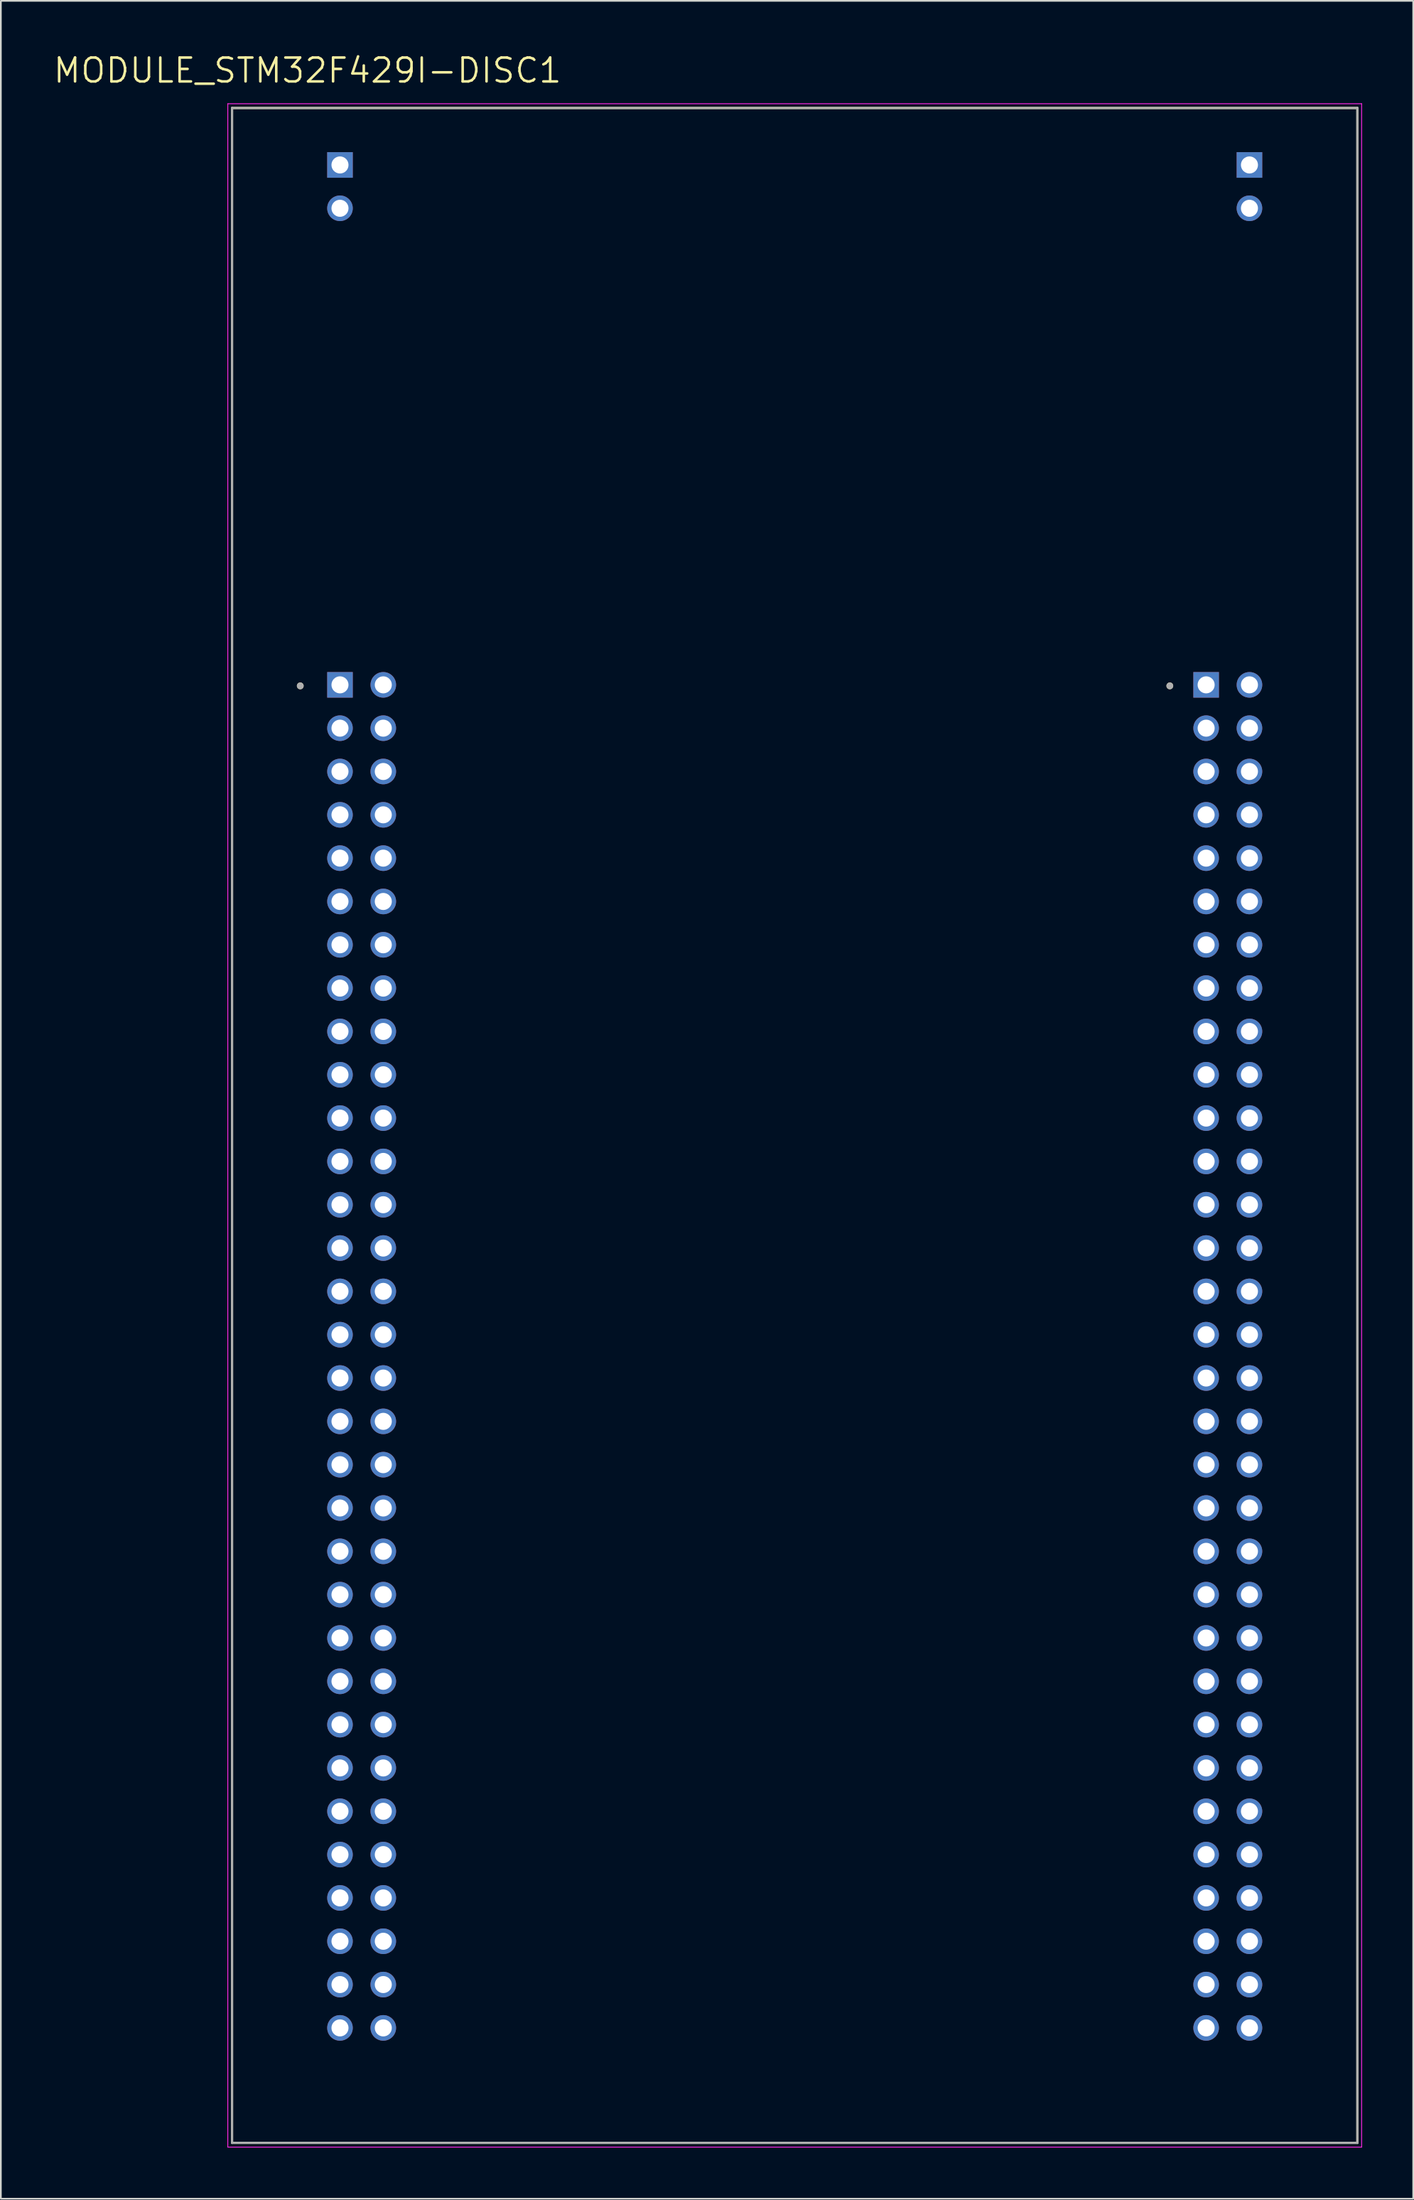
<source format=kicad_pcb>
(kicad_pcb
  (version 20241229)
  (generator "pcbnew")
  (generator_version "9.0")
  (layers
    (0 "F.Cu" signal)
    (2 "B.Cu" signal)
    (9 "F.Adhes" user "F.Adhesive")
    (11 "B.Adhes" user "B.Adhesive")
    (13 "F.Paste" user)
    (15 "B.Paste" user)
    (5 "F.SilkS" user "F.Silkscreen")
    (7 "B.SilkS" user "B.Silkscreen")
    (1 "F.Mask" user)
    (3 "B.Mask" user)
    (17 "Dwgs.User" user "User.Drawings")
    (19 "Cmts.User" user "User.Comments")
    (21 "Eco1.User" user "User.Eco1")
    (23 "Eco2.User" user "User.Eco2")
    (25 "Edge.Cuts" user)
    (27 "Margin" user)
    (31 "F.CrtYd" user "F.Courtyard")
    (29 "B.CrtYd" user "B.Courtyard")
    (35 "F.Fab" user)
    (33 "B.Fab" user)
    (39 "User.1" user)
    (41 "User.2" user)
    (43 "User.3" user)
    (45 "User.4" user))
  (footprint "MODULE_STM32F429I-DISC1"
    (layer "F.Cu")
    (at 43.56 62.931)
    (property "Reference" "MODULE_STM32F429I-DISC1" (at -28.575 -61.849 0) (layer "F.SilkS") (effects (font (size 1.4 1.4) (thickness 0.15))))
    (attr through_hole)
    (fp_line (start -33 -59.65) (end -33 59.65) (stroke (width 0.127) (type solid)) (layer "F.SilkS"))
    (fp_line (start -33 59.65) (end 33 59.65) (stroke (width 0.127) (type solid)) (layer "F.SilkS"))
    (fp_line (start 33 -59.65) (end -33 -59.65) (stroke (width 0.127) (type solid)) (layer "F.SilkS"))
    (fp_line (start 33 59.65) (end 33 -59.65) (stroke (width 0.127) (type solid)) (layer "F.SilkS"))
    (fp_circle (center -29 -25.77) (end -28.9 -25.77) (stroke (width 0.2) (type solid)) (fill no) (layer "F.SilkS"))
    (fp_circle (center 22 -25.77) (end 22.1 -25.77) (stroke (width 0.2) (type solid)) (fill no) (layer "F.SilkS"))
    (fp_line (start -33.25 -59.9) (end -33.25 59.9) (stroke (width 0.05) (type solid)) (layer "F.CrtYd"))
    (fp_line (start -33.25 59.9) (end 33.25 59.9) (stroke (width 0.05) (type solid)) (layer "F.CrtYd"))
    (fp_line (start 33.25 -59.9) (end -33.25 -59.9) (stroke (width 0.05) (type solid)) (layer "F.CrtYd"))
    (fp_line (start 33.25 59.9) (end 33.25 -59.9) (stroke (width 0.05) (type solid)) (layer "F.CrtYd"))
    (fp_line (start -33 -59.65) (end -33 59.65) (stroke (width 0.127) (type solid)) (layer "F.Fab"))
    (fp_line (start -33 59.65) (end 33 59.65) (stroke (width 0.127) (type solid)) (layer "F.Fab"))
    (fp_line (start 33 -59.65) (end -33 -59.65) (stroke (width 0.127) (type solid)) (layer "F.Fab"))
    (fp_line (start 33 59.65) (end 33 -59.65) (stroke (width 0.127) (type solid)) (layer "F.Fab"))
    (fp_circle (center -29 -25.77) (end -28.9 -25.77) (stroke (width 0.2) (type solid)) (fill no) (layer "F.Fab"))
    (fp_circle (center 22 -25.77) (end 22.1 -25.77) (stroke (width 0.2) (type solid)) (fill no) (layer "F.Fab"))
    (pad "JP1_1" thru_hole rect (at -26.67 -56.31) (size 1.5 1.5) (drill 1) (layers "*.Cu" "*.Mask"))
    (pad "JP1_2" thru_hole circle (at -26.67 -53.77) (size 1.5 1.5) (drill 1) (layers "*.Cu" "*.Mask"))
    (pad "JP2_1" thru_hole rect (at 26.67 -56.31) (size 1.5 1.5) (drill 1) (layers "*.Cu" "*.Mask"))
    (pad "JP2_2" thru_hole circle (at 26.67 -53.77) (size 1.5 1.5) (drill 1) (layers "*.Cu" "*.Mask"))
    (pad "P1_1" thru_hole rect (at -26.67 -25.83) (size 1.5 1.5) (drill 1) (layers "*.Cu" "*.Mask"))
    (pad "P1_2" thru_hole circle (at -24.13 -25.83) (size 1.5 1.5) (drill 1) (layers "*.Cu" "*.Mask"))
    (pad "P1_3" thru_hole circle (at -26.67 -23.29) (size 1.5 1.5) (drill 1) (layers "*.Cu" "*.Mask"))
    (pad "P1_4" thru_hole circle (at -24.13 -23.29) (size 1.5 1.5) (drill 1) (layers "*.Cu" "*.Mask"))
    (pad "P1_5" thru_hole circle (at -26.67 -20.75) (size 1.5 1.5) (drill 1) (layers "*.Cu" "*.Mask"))
    (pad "P1_6" thru_hole circle (at -24.13 -20.75) (size 1.5 1.5) (drill 1) (layers "*.Cu" "*.Mask"))
    (pad "P1_7" thru_hole circle (at -26.67 -18.21) (size 1.5 1.5) (drill 1) (layers "*.Cu" "*.Mask"))
    (pad "P1_8" thru_hole circle (at -24.13 -18.21) (size 1.5 1.5) (drill 1) (layers "*.Cu" "*.Mask"))
    (pad "P1_9" thru_hole circle (at -26.67 -15.67) (size 1.5 1.5) (drill 1) (layers "*.Cu" "*.Mask"))
    (pad "P1_10" thru_hole circle (at -24.13 -15.67) (size 1.5 1.5) (drill 1) (layers "*.Cu" "*.Mask"))
    (pad "P1_11" thru_hole circle (at -26.67 -13.13) (size 1.5 1.5) (drill 1) (layers "*.Cu" "*.Mask"))
    (pad "P1_12" thru_hole circle (at -24.13 -13.13) (size 1.5 1.5) (drill 1) (layers "*.Cu" "*.Mask"))
    (pad "P1_13" thru_hole circle (at -26.67 -10.59) (size 1.5 1.5) (drill 1) (layers "*.Cu" "*.Mask"))
    (pad "P1_14" thru_hole circle (at -24.13 -10.59) (size 1.5 1.5) (drill 1) (layers "*.Cu" "*.Mask"))
    (pad "P1_15" thru_hole circle (at -26.67 -8.05) (size 1.5 1.5) (drill 1) (layers "*.Cu" "*.Mask"))
    (pad "P1_16" thru_hole circle (at -24.13 -8.05) (size 1.5 1.5) (drill 1) (layers "*.Cu" "*.Mask"))
    (pad "P1_17" thru_hole circle (at -26.67 -5.51) (size 1.5 1.5) (drill 1) (layers "*.Cu" "*.Mask"))
    (pad "P1_18" thru_hole circle (at -24.13 -5.51) (size 1.5 1.5) (drill 1) (layers "*.Cu" "*.Mask"))
    (pad "P1_19" thru_hole circle (at -26.67 -2.97) (size 1.5 1.5) (drill 1) (layers "*.Cu" "*.Mask"))
    (pad "P1_20" thru_hole circle (at -24.13 -2.97) (size 1.5 1.5) (drill 1) (layers "*.Cu" "*.Mask"))
    (pad "P1_21" thru_hole circle (at -26.67 -0.43) (size 1.5 1.5) (drill 1) (layers "*.Cu" "*.Mask"))
    (pad "P1_22" thru_hole circle (at -24.13 -0.43) (size 1.5 1.5) (drill 1) (layers "*.Cu" "*.Mask"))
    (pad "P1_23" thru_hole circle (at -26.67 2.11) (size 1.5 1.5) (drill 1) (layers "*.Cu" "*.Mask"))
    (pad "P1_24" thru_hole circle (at -24.13 2.11) (size 1.5 1.5) (drill 1) (layers "*.Cu" "*.Mask"))
    (pad "P1_25" thru_hole circle (at -26.67 4.65) (size 1.5 1.5) (drill 1) (layers "*.Cu" "*.Mask"))
    (pad "P1_26" thru_hole circle (at -24.13 4.65) (size 1.5 1.5) (drill 1) (layers "*.Cu" "*.Mask"))
    (pad "P1_27" thru_hole circle (at -26.67 7.19) (size 1.5 1.5) (drill 1) (layers "*.Cu" "*.Mask"))
    (pad "P1_28" thru_hole circle (at -24.13 7.19) (size 1.5 1.5) (drill 1) (layers "*.Cu" "*.Mask"))
    (pad "P1_29" thru_hole circle (at -26.67 9.73) (size 1.5 1.5) (drill 1) (layers "*.Cu" "*.Mask"))
    (pad "P1_30" thru_hole circle (at -24.13 9.73) (size 1.5 1.5) (drill 1) (layers "*.Cu" "*.Mask"))
    (pad "P1_31" thru_hole circle (at -26.67 12.27) (size 1.5 1.5) (drill 1) (layers "*.Cu" "*.Mask"))
    (pad "P1_32" thru_hole circle (at -24.13 12.27) (size 1.5 1.5) (drill 1) (layers "*.Cu" "*.Mask"))
    (pad "P1_33" thru_hole circle (at -26.67 14.81) (size 1.5 1.5) (drill 1) (layers "*.Cu" "*.Mask"))
    (pad "P1_34" thru_hole circle (at -24.13 14.81) (size 1.5 1.5) (drill 1) (layers "*.Cu" "*.Mask"))
    (pad "P1_35" thru_hole circle (at -26.67 17.35) (size 1.5 1.5) (drill 1) (layers "*.Cu" "*.Mask"))
    (pad "P1_36" thru_hole circle (at -24.13 17.35) (size 1.5 1.5) (drill 1) (layers "*.Cu" "*.Mask"))
    (pad "P1_37" thru_hole circle (at -26.67 19.89) (size 1.5 1.5) (drill 1) (layers "*.Cu" "*.Mask"))
    (pad "P1_38" thru_hole circle (at -24.13 19.89) (size 1.5 1.5) (drill 1) (layers "*.Cu" "*.Mask"))
    (pad "P1_39" thru_hole circle (at -26.67 22.43) (size 1.5 1.5) (drill 1) (layers "*.Cu" "*.Mask"))
    (pad "P1_40" thru_hole circle (at -24.13 22.43) (size 1.5 1.5) (drill 1) (layers "*.Cu" "*.Mask"))
    (pad "P1_41" thru_hole circle (at -26.67 24.97) (size 1.5 1.5) (drill 1) (layers "*.Cu" "*.Mask"))
    (pad "P1_42" thru_hole circle (at -24.13 24.97) (size 1.5 1.5) (drill 1) (layers "*.Cu" "*.Mask"))
    (pad "P1_43" thru_hole circle (at -26.67 27.51) (size 1.5 1.5) (drill 1) (layers "*.Cu" "*.Mask"))
    (pad "P1_44" thru_hole circle (at -24.13 27.51) (size 1.5 1.5) (drill 1) (layers "*.Cu" "*.Mask"))
    (pad "P1_45" thru_hole circle (at -26.67 30.05) (size 1.5 1.5) (drill 1) (layers "*.Cu" "*.Mask"))
    (pad "P1_46" thru_hole circle (at -24.13 30.05) (size 1.5 1.5) (drill 1) (layers "*.Cu" "*.Mask"))
    (pad "P1_47" thru_hole circle (at -26.67 32.59) (size 1.5 1.5) (drill 1) (layers "*.Cu" "*.Mask"))
    (pad "P1_48" thru_hole circle (at -24.13 32.59) (size 1.5 1.5) (drill 1) (layers "*.Cu" "*.Mask"))
    (pad "P1_49" thru_hole circle (at -26.67 35.13) (size 1.5 1.5) (drill 1) (layers "*.Cu" "*.Mask"))
    (pad "P1_50" thru_hole circle (at -24.13 35.13) (size 1.5 1.5) (drill 1) (layers "*.Cu" "*.Mask"))
    (pad "P1_51" thru_hole circle (at -26.67 37.67) (size 1.5 1.5) (drill 1) (layers "*.Cu" "*.Mask"))
    (pad "P1_52" thru_hole circle (at -24.13 37.67) (size 1.5 1.5) (drill 1) (layers "*.Cu" "*.Mask"))
    (pad "P1_53" thru_hole circle (at -26.67 40.21) (size 1.5 1.5) (drill 1) (layers "*.Cu" "*.Mask"))
    (pad "P1_54" thru_hole circle (at -24.13 40.21) (size 1.5 1.5) (drill 1) (layers "*.Cu" "*.Mask"))
    (pad "P1_55" thru_hole circle (at -26.67 42.75) (size 1.5 1.5) (drill 1) (layers "*.Cu" "*.Mask"))
    (pad "P1_56" thru_hole circle (at -24.13 42.75) (size 1.5 1.5) (drill 1) (layers "*.Cu" "*.Mask"))
    (pad "P1_57" thru_hole circle (at -26.67 45.29) (size 1.5 1.5) (drill 1) (layers "*.Cu" "*.Mask"))
    (pad "P1_58" thru_hole circle (at -24.13 45.29) (size 1.5 1.5) (drill 1) (layers "*.Cu" "*.Mask"))
    (pad "P1_59" thru_hole circle (at -26.67 47.83) (size 1.5 1.5) (drill 1) (layers "*.Cu" "*.Mask"))
    (pad "P1_60" thru_hole circle (at -24.13 47.83) (size 1.5 1.5) (drill 1) (layers "*.Cu" "*.Mask"))
    (pad "P1_61" thru_hole circle (at -26.67 50.37) (size 1.5 1.5) (drill 1) (layers "*.Cu" "*.Mask"))
    (pad "P1_62" thru_hole circle (at -24.13 50.37) (size 1.5 1.5) (drill 1) (layers "*.Cu" "*.Mask"))
    (pad "P1_63" thru_hole circle (at -26.67 52.91) (size 1.5 1.5) (drill 1) (layers "*.Cu" "*.Mask"))
    (pad "P1_64" thru_hole circle (at -24.13 52.91) (size 1.5 1.5) (drill 1) (layers "*.Cu" "*.Mask"))
    (pad "P2_1" thru_hole rect (at 24.13 -25.83) (size 1.5 1.5) (drill 1) (layers "*.Cu" "*.Mask"))
    (pad "P2_2" thru_hole circle (at 26.67 -25.83) (size 1.5 1.5) (drill 1) (layers "*.Cu" "*.Mask"))
    (pad "P2_3" thru_hole circle (at 24.13 -23.29) (size 1.5 1.5) (drill 1) (layers "*.Cu" "*.Mask"))
    (pad "P2_4" thru_hole circle (at 26.67 -23.29) (size 1.5 1.5) (drill 1) (layers "*.Cu" "*.Mask"))
    (pad "P2_5" thru_hole circle (at 24.13 -20.75) (size 1.5 1.5) (drill 1) (layers "*.Cu" "*.Mask"))
    (pad "P2_6" thru_hole circle (at 26.67 -20.75) (size 1.5 1.5) (drill 1) (layers "*.Cu" "*.Mask"))
    (pad "P2_7" thru_hole circle (at 24.13 -18.21) (size 1.5 1.5) (drill 1) (layers "*.Cu" "*.Mask"))
    (pad "P2_8" thru_hole circle (at 26.67 -18.21) (size 1.5 1.5) (drill 1) (layers "*.Cu" "*.Mask"))
    (pad "P2_9" thru_hole circle (at 24.13 -15.67) (size 1.5 1.5) (drill 1) (layers "*.Cu" "*.Mask"))
    (pad "P2_10" thru_hole circle (at 26.67 -15.67) (size 1.5 1.5) (drill 1) (layers "*.Cu" "*.Mask"))
    (pad "P2_11" thru_hole circle (at 24.13 -13.13) (size 1.5 1.5) (drill 1) (layers "*.Cu" "*.Mask"))
    (pad "P2_12" thru_hole circle (at 26.67 -13.13) (size 1.5 1.5) (drill 1) (layers "*.Cu" "*.Mask"))
    (pad "P2_13" thru_hole circle (at 24.13 -10.59) (size 1.5 1.5) (drill 1) (layers "*.Cu" "*.Mask"))
    (pad "P2_14" thru_hole circle (at 26.67 -10.59) (size 1.5 1.5) (drill 1) (layers "*.Cu" "*.Mask"))
    (pad "P2_15" thru_hole circle (at 24.13 -8.05) (size 1.5 1.5) (drill 1) (layers "*.Cu" "*.Mask"))
    (pad "P2_16" thru_hole circle (at 26.67 -8.05) (size 1.5 1.5) (drill 1) (layers "*.Cu" "*.Mask"))
    (pad "P2_17" thru_hole circle (at 24.13 -5.51) (size 1.5 1.5) (drill 1) (layers "*.Cu" "*.Mask"))
    (pad "P2_18" thru_hole circle (at 26.67 -5.51) (size 1.5 1.5) (drill 1) (layers "*.Cu" "*.Mask"))
    (pad "P2_19" thru_hole circle (at 24.13 -2.97) (size 1.5 1.5) (drill 1) (layers "*.Cu" "*.Mask"))
    (pad "P2_20" thru_hole circle (at 26.67 -2.97) (size 1.5 1.5) (drill 1) (layers "*.Cu" "*.Mask"))
    (pad "P2_21" thru_hole circle (at 24.13 -0.43) (size 1.5 1.5) (drill 1) (layers "*.Cu" "*.Mask"))
    (pad "P2_22" thru_hole circle (at 26.67 -0.43) (size 1.5 1.5) (drill 1) (layers "*.Cu" "*.Mask"))
    (pad "P2_23" thru_hole circle (at 24.13 2.11) (size 1.5 1.5) (drill 1) (layers "*.Cu" "*.Mask"))
    (pad "P2_24" thru_hole circle (at 26.67 2.11) (size 1.5 1.5) (drill 1) (layers "*.Cu" "*.Mask"))
    (pad "P2_25" thru_hole circle (at 24.13 4.65) (size 1.5 1.5) (drill 1) (layers "*.Cu" "*.Mask"))
    (pad "P2_26" thru_hole circle (at 26.67 4.65) (size 1.5 1.5) (drill 1) (layers "*.Cu" "*.Mask"))
    (pad "P2_27" thru_hole circle (at 24.13 7.19) (size 1.5 1.5) (drill 1) (layers "*.Cu" "*.Mask"))
    (pad "P2_28" thru_hole circle (at 26.67 7.19) (size 1.5 1.5) (drill 1) (layers "*.Cu" "*.Mask"))
    (pad "P2_29" thru_hole circle (at 24.13 9.73) (size 1.5 1.5) (drill 1) (layers "*.Cu" "*.Mask"))
    (pad "P2_30" thru_hole circle (at 26.67 9.73) (size 1.5 1.5) (drill 1) (layers "*.Cu" "*.Mask"))
    (pad "P2_31" thru_hole circle (at 24.13 12.27) (size 1.5 1.5) (drill 1) (layers "*.Cu" "*.Mask"))
    (pad "P2_32" thru_hole circle (at 26.67 12.27) (size 1.5 1.5) (drill 1) (layers "*.Cu" "*.Mask"))
    (pad "P2_33" thru_hole circle (at 24.13 14.81) (size 1.5 1.5) (drill 1) (layers "*.Cu" "*.Mask"))
    (pad "P2_34" thru_hole circle (at 26.67 14.81) (size 1.5 1.5) (drill 1) (layers "*.Cu" "*.Mask"))
    (pad "P2_35" thru_hole circle (at 24.13 17.35) (size 1.5 1.5) (drill 1) (layers "*.Cu" "*.Mask"))
    (pad "P2_36" thru_hole circle (at 26.67 17.35) (size 1.5 1.5) (drill 1) (layers "*.Cu" "*.Mask"))
    (pad "P2_37" thru_hole circle (at 24.13 19.89) (size 1.5 1.5) (drill 1) (layers "*.Cu" "*.Mask"))
    (pad "P2_38" thru_hole circle (at 26.67 19.89) (size 1.5 1.5) (drill 1) (layers "*.Cu" "*.Mask"))
    (pad "P2_39" thru_hole circle (at 24.13 22.43) (size 1.5 1.5) (drill 1) (layers "*.Cu" "*.Mask"))
    (pad "P2_40" thru_hole circle (at 26.67 22.43) (size 1.5 1.5) (drill 1) (layers "*.Cu" "*.Mask"))
    (pad "P2_41" thru_hole circle (at 24.13 24.97) (size 1.5 1.5) (drill 1) (layers "*.Cu" "*.Mask"))
    (pad "P2_42" thru_hole circle (at 26.67 24.97) (size 1.5 1.5) (drill 1) (layers "*.Cu" "*.Mask"))
    (pad "P2_43" thru_hole circle (at 24.13 27.51) (size 1.5 1.5) (drill 1) (layers "*.Cu" "*.Mask"))
    (pad "P2_44" thru_hole circle (at 26.67 27.51) (size 1.5 1.5) (drill 1) (layers "*.Cu" "*.Mask"))
    (pad "P2_45" thru_hole circle (at 24.13 30.05) (size 1.5 1.5) (drill 1) (layers "*.Cu" "*.Mask"))
    (pad "P2_46" thru_hole circle (at 26.67 30.05) (size 1.5 1.5) (drill 1) (layers "*.Cu" "*.Mask"))
    (pad "P2_47" thru_hole circle (at 24.13 32.59) (size 1.5 1.5) (drill 1) (layers "*.Cu" "*.Mask"))
    (pad "P2_48" thru_hole circle (at 26.67 32.59) (size 1.5 1.5) (drill 1) (layers "*.Cu" "*.Mask"))
    (pad "P2_49" thru_hole circle (at 24.13 35.13) (size 1.5 1.5) (drill 1) (layers "*.Cu" "*.Mask"))
    (pad "P2_50" thru_hole circle (at 26.67 35.13) (size 1.5 1.5) (drill 1) (layers "*.Cu" "*.Mask"))
    (pad "P2_51" thru_hole circle (at 24.13 37.67) (size 1.5 1.5) (drill 1) (layers "*.Cu" "*.Mask"))
    (pad "P2_52" thru_hole circle (at 26.67 37.67) (size 1.5 1.5) (drill 1) (layers "*.Cu" "*.Mask"))
    (pad "P2_53" thru_hole circle (at 24.13 40.21) (size 1.5 1.5) (drill 1) (layers "*.Cu" "*.Mask"))
    (pad "P2_54" thru_hole circle (at 26.67 40.21) (size 1.5 1.5) (drill 1) (layers "*.Cu" "*.Mask"))
    (pad "P2_55" thru_hole circle (at 24.13 42.75) (size 1.5 1.5) (drill 1) (layers "*.Cu" "*.Mask"))
    (pad "P2_56" thru_hole circle (at 26.67 42.75) (size 1.5 1.5) (drill 1) (layers "*.Cu" "*.Mask"))
    (pad "P2_57" thru_hole circle (at 24.13 45.29) (size 1.5 1.5) (drill 1) (layers "*.Cu" "*.Mask"))
    (pad "P2_58" thru_hole circle (at 26.67 45.29) (size 1.5 1.5) (drill 1) (layers "*.Cu" "*.Mask"))
    (pad "P2_59" thru_hole circle (at 24.13 47.83) (size 1.5 1.5) (drill 1) (layers "*.Cu" "*.Mask"))
    (pad "P2_60" thru_hole circle (at 26.67 47.83) (size 1.5 1.5) (drill 1) (layers "*.Cu" "*.Mask"))
    (pad "P2_61" thru_hole circle (at 24.13 50.37) (size 1.5 1.5) (drill 1) (layers "*.Cu" "*.Mask"))
    (pad "P2_62" thru_hole circle (at 26.67 50.37) (size 1.5 1.5) (drill 1) (layers "*.Cu" "*.Mask"))
    (pad "P2_63" thru_hole circle (at 24.13 52.91) (size 1.5 1.5) (drill 1) (layers "*.Cu" "*.Mask"))
    (pad "P2_64" thru_hole circle (at 26.67 52.91) (size 1.5 1.5) (drill 1) (layers "*.Cu" "*.Mask")))
  (gr_rect
    (start -3 -3)
    (end 79.835 125.856)
    (stroke (width 0.1) (type default))
    (fill no)
    (layer "Edge.Cuts")))
</source>
